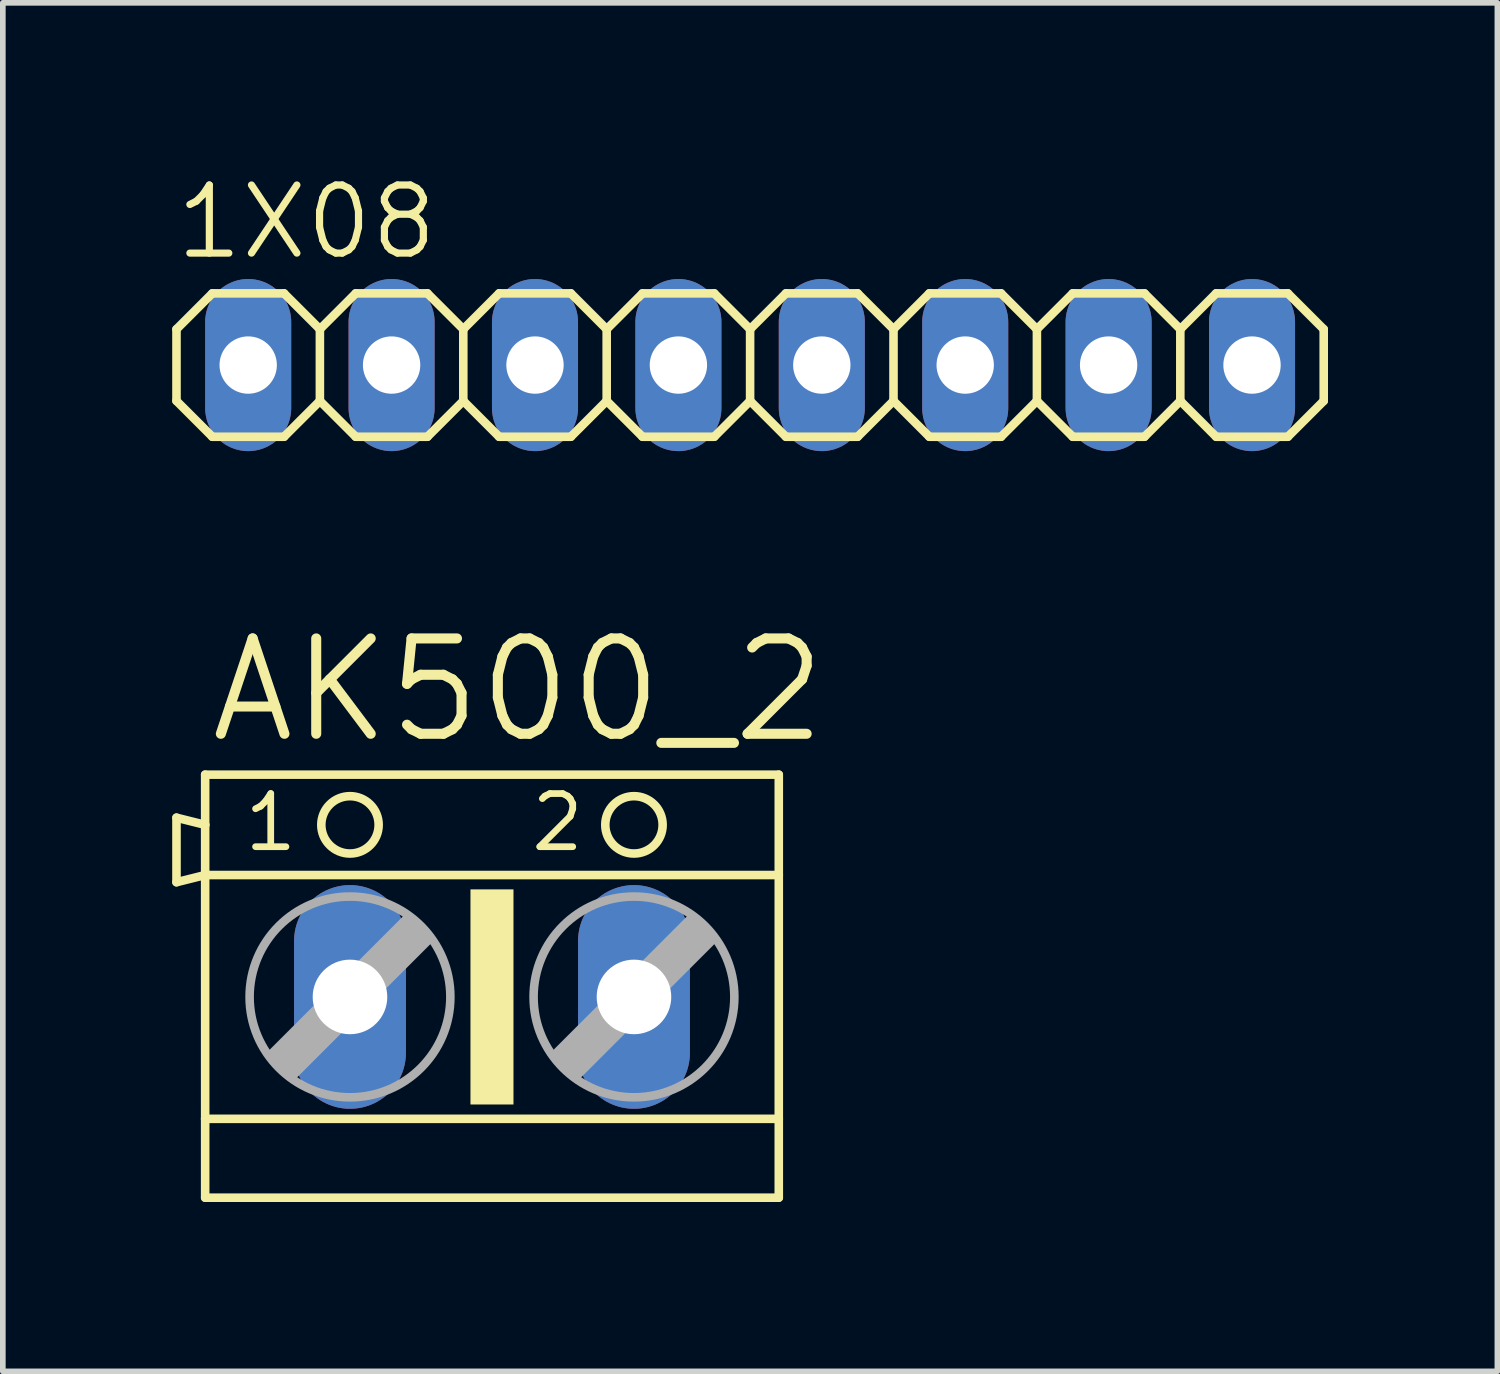
<source format=kicad_pcb>
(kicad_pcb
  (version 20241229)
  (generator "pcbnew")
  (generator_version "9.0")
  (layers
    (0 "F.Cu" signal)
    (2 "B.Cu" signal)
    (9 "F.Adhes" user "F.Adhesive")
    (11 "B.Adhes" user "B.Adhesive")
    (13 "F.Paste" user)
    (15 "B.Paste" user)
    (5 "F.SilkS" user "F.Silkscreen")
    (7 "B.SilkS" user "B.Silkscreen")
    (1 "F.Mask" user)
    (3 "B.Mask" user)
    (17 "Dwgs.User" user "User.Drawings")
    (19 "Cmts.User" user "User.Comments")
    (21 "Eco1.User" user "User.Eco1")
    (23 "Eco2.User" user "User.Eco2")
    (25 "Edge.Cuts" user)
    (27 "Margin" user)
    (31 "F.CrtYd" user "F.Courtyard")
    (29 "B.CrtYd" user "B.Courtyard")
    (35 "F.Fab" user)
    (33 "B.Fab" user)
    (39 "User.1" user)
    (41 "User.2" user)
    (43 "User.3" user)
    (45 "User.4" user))
  (footprint "AK500_2"
    (layer "F.Cu")
    (at 5.664 14.608)
    (property "Reference" "AK500_2" (at -5.08 -4.445 0) (layer "F.SilkS") (effects (font (size 1.689 1.689) (thickness 0.178)) (justify left bottom)))
    (attr through_hole)
    (fp_line (start -5.588 -3.175) (end -5.588 -2.032) (stroke (width 0.152) (type solid)) (layer "F.SilkS"))
    (fp_line (start -5.588 -2.032) (end -5.08 -2.159) (stroke (width 0.152) (type solid)) (layer "F.SilkS"))
    (fp_line (start -5.08 -3.048) (end -5.588 -3.175) (stroke (width 0.152) (type solid)) (layer "F.SilkS"))
    (fp_line (start -5.08 -3.048) (end -5.08 -3.937) (stroke (width 0.152) (type solid)) (layer "F.SilkS"))
    (fp_line (start -5.08 -2.159) (end -5.08 -3.048) (stroke (width 0.152) (type solid)) (layer "F.SilkS"))
    (fp_line (start -5.08 -2.159) (end 5.08 -2.159) (stroke (width 0.152) (type solid)) (layer "F.SilkS"))
    (fp_line (start -5.08 2.159) (end -5.08 -2.159) (stroke (width 0.152) (type solid)) (layer "F.SilkS"))
    (fp_line (start -5.08 2.159) (end 5.08 2.159) (stroke (width 0.152) (type solid)) (layer "F.SilkS"))
    (fp_line (start -5.08 3.556) (end -5.08 2.159) (stroke (width 0.152) (type solid)) (layer "F.SilkS"))
    (fp_line (start -5.08 3.556) (end 5.08 3.556) (stroke (width 0.152) (type solid)) (layer "F.SilkS"))
    (fp_line (start 5.08 -3.937) (end -5.08 -3.937) (stroke (width 0.152) (type solid)) (layer "F.SilkS"))
    (fp_line (start 5.08 -3.937) (end 5.08 -2.159) (stroke (width 0.152) (type solid)) (layer "F.SilkS"))
    (fp_line (start 5.08 -2.159) (end 5.08 2.159) (stroke (width 0.152) (type solid)) (layer "F.SilkS"))
    (fp_line (start 5.08 2.159) (end 5.08 3.556) (stroke (width 0.152) (type solid)) (layer "F.SilkS"))
    (fp_circle (center -2.515 -3.048) (end -2.007 -3.048) (stroke (width 0.152) (type solid)) (fill no) (layer "F.SilkS"))
    (fp_circle (center 2.515 -3.048) (end 3.023 -3.048) (stroke (width 0.152) (type solid)) (fill no) (layer "F.SilkS"))
    (fp_poly (pts (xy -0.381 1.905) (xy 0.381 1.905) (xy 0.381 -1.905) (xy -0.381 -1.905)) (stroke (width 0) (type solid)) (fill yes) (layer "F.SilkS"))
    (fp_line (start -3.912 1.016) (end -3.531 1.397) (stroke (width 0.152) (type solid)) (layer "F.Fab"))
    (fp_line (start -3.912 1.016) (end -1.499 -1.397) (stroke (width 0.152) (type solid)) (layer "F.Fab"))
    (fp_line (start -3.531 1.016) (end -1.499 -1.016) (stroke (width 0.61) (type solid)) (layer "F.Fab"))
    (fp_line (start -3.531 1.397) (end -1.118 -1.016) (stroke (width 0.152) (type solid)) (layer "F.Fab"))
    (fp_line (start -1.499 -1.397) (end -1.118 -1.016) (stroke (width 0.152) (type solid)) (layer "F.Fab"))
    (fp_line (start 1.118 1.016) (end 1.499 1.397) (stroke (width 0.152) (type solid)) (layer "F.Fab"))
    (fp_line (start 1.118 1.016) (end 3.531 -1.397) (stroke (width 0.152) (type solid)) (layer "F.Fab"))
    (fp_line (start 1.499 1.016) (end 3.531 -1.016) (stroke (width 0.61) (type solid)) (layer "F.Fab"))
    (fp_line (start 1.499 1.397) (end 3.912 -1.016) (stroke (width 0.152) (type solid)) (layer "F.Fab"))
    (fp_line (start 3.531 -1.397) (end 3.912 -1.016) (stroke (width 0.152) (type solid)) (layer "F.Fab"))
    (fp_circle (center -2.515 0) (end -0.737 0) (stroke (width 0.152) (type solid)) (fill no) (layer "F.Fab"))
    (fp_circle (center 2.515 0) (end 4.293 0) (stroke (width 0.152) (type solid)) (fill no) (layer "F.Fab"))
    (fp_text user "1" (at -4.445 -2.54 0) (layer "F.SilkS") (effects (font (size 0.941 0.941) (thickness 0.119)) (justify left bottom)))
    (fp_text user "2" (at 0.635 -2.54 0) (layer "F.SilkS") (effects (font (size 0.941 0.941) (thickness 0.119)) (justify left bottom)))
    (pad "1" thru_hole oval (at -2.515 0 90) (size 3.962 1.981) (drill 1.321) (layers "*.Cu" "*.Mask"))
    (pad "2" thru_hole oval (at 2.515 0 90) (size 3.962 1.981) (drill 1.321) (layers "*.Cu" "*.Mask")))
  (footprint "1X08"
    (layer "F.Cu")
    (at 10.236 3.416)
    (property "Reference" "1X08" (at -10.236 -1.829 0) (layer "F.SilkS") (effects (font (size 1.206 1.206) (thickness 0.127)) (justify left bottom)))
    (attr through_hole)
    (fp_line (start -10.16 -0.635) (end -10.16 0.635) (stroke (width 0.152) (type solid)) (layer "F.SilkS"))
    (fp_line (start -10.16 0.635) (end -9.525 1.27) (stroke (width 0.152) (type solid)) (layer "F.SilkS"))
    (fp_line (start -9.525 -1.27) (end -10.16 -0.635) (stroke (width 0.152) (type solid)) (layer "F.SilkS"))
    (fp_line (start -9.525 -1.27) (end -8.255 -1.27) (stroke (width 0.152) (type solid)) (layer "F.SilkS"))
    (fp_line (start -8.255 -1.27) (end -7.62 -0.635) (stroke (width 0.152) (type solid)) (layer "F.SilkS"))
    (fp_line (start -8.255 1.27) (end -9.525 1.27) (stroke (width 0.152) (type solid)) (layer "F.SilkS"))
    (fp_line (start -7.62 -0.635) (end -7.62 0.635) (stroke (width 0.152) (type solid)) (layer "F.SilkS"))
    (fp_line (start -7.62 -0.635) (end -6.985 -1.27) (stroke (width 0.152) (type solid)) (layer "F.SilkS"))
    (fp_line (start -7.62 0.635) (end -8.255 1.27) (stroke (width 0.152) (type solid)) (layer "F.SilkS"))
    (fp_line (start -6.985 -1.27) (end -5.715 -1.27) (stroke (width 0.152) (type solid)) (layer "F.SilkS"))
    (fp_line (start -6.985 1.27) (end -7.62 0.635) (stroke (width 0.152) (type solid)) (layer "F.SilkS"))
    (fp_line (start -5.715 -1.27) (end -5.08 -0.635) (stroke (width 0.152) (type solid)) (layer "F.SilkS"))
    (fp_line (start -5.715 1.27) (end -6.985 1.27) (stroke (width 0.152) (type solid)) (layer "F.SilkS"))
    (fp_line (start -5.08 -0.635) (end -5.08 0.635) (stroke (width 0.152) (type solid)) (layer "F.SilkS"))
    (fp_line (start -5.08 -0.635) (end -4.445 -1.27) (stroke (width 0.152) (type solid)) (layer "F.SilkS"))
    (fp_line (start -5.08 0.635) (end -5.715 1.27) (stroke (width 0.152) (type solid)) (layer "F.SilkS"))
    (fp_line (start -4.445 -1.27) (end -3.175 -1.27) (stroke (width 0.152) (type solid)) (layer "F.SilkS"))
    (fp_line (start -4.445 1.27) (end -5.08 0.635) (stroke (width 0.152) (type solid)) (layer "F.SilkS"))
    (fp_line (start -3.175 -1.27) (end -2.54 -0.635) (stroke (width 0.152) (type solid)) (layer "F.SilkS"))
    (fp_line (start -3.175 1.27) (end -4.445 1.27) (stroke (width 0.152) (type solid)) (layer "F.SilkS"))
    (fp_line (start -2.54 -0.635) (end -2.54 0.635) (stroke (width 0.152) (type solid)) (layer "F.SilkS"))
    (fp_line (start -2.54 0.635) (end -3.175 1.27) (stroke (width 0.152) (type solid)) (layer "F.SilkS"))
    (fp_line (start -2.54 0.635) (end -1.905 1.27) (stroke (width 0.152) (type solid)) (layer "F.SilkS"))
    (fp_line (start -1.905 -1.27) (end -2.54 -0.635) (stroke (width 0.152) (type solid)) (layer "F.SilkS"))
    (fp_line (start -1.905 -1.27) (end -0.635 -1.27) (stroke (width 0.152) (type solid)) (layer "F.SilkS"))
    (fp_line (start -0.635 -1.27) (end 0 -0.635) (stroke (width 0.152) (type solid)) (layer "F.SilkS"))
    (fp_line (start -0.635 1.27) (end -1.905 1.27) (stroke (width 0.152) (type solid)) (layer "F.SilkS"))
    (fp_line (start 0 -0.635) (end 0 0.635) (stroke (width 0.152) (type solid)) (layer "F.SilkS"))
    (fp_line (start 0 -0.635) (end 0.635 -1.27) (stroke (width 0.152) (type solid)) (layer "F.SilkS"))
    (fp_line (start 0 0.635) (end -0.635 1.27) (stroke (width 0.152) (type solid)) (layer "F.SilkS"))
    (fp_line (start 0.635 -1.27) (end 1.905 -1.27) (stroke (width 0.152) (type solid)) (layer "F.SilkS"))
    (fp_line (start 0.635 1.27) (end 0 0.635) (stroke (width 0.152) (type solid)) (layer "F.SilkS"))
    (fp_line (start 1.905 -1.27) (end 2.54 -0.635) (stroke (width 0.152) (type solid)) (layer "F.SilkS"))
    (fp_line (start 1.905 1.27) (end 0.635 1.27) (stroke (width 0.152) (type solid)) (layer "F.SilkS"))
    (fp_line (start 2.54 -0.635) (end 2.54 0.635) (stroke (width 0.152) (type solid)) (layer "F.SilkS"))
    (fp_line (start 2.54 -0.635) (end 3.175 -1.27) (stroke (width 0.152) (type solid)) (layer "F.SilkS"))
    (fp_line (start 2.54 0.635) (end 1.905 1.27) (stroke (width 0.152) (type solid)) (layer "F.SilkS"))
    (fp_line (start 3.175 -1.27) (end 4.445 -1.27) (stroke (width 0.152) (type solid)) (layer "F.SilkS"))
    (fp_line (start 3.175 1.27) (end 2.54 0.635) (stroke (width 0.152) (type solid)) (layer "F.SilkS"))
    (fp_line (start 4.445 -1.27) (end 5.08 -0.635) (stroke (width 0.152) (type solid)) (layer "F.SilkS"))
    (fp_line (start 4.445 1.27) (end 3.175 1.27) (stroke (width 0.152) (type solid)) (layer "F.SilkS"))
    (fp_line (start 5.08 -0.635) (end 5.08 0.635) (stroke (width 0.152) (type solid)) (layer "F.SilkS"))
    (fp_line (start 5.08 0.635) (end 4.445 1.27) (stroke (width 0.152) (type solid)) (layer "F.SilkS"))
    (fp_line (start 5.08 0.635) (end 5.715 1.27) (stroke (width 0.152) (type solid)) (layer "F.SilkS"))
    (fp_line (start 5.715 -1.27) (end 5.08 -0.635) (stroke (width 0.152) (type solid)) (layer "F.SilkS"))
    (fp_line (start 5.715 -1.27) (end 6.985 -1.27) (stroke (width 0.152) (type solid)) (layer "F.SilkS"))
    (fp_line (start 6.985 -1.27) (end 7.62 -0.635) (stroke (width 0.152) (type solid)) (layer "F.SilkS"))
    (fp_line (start 6.985 1.27) (end 5.715 1.27) (stroke (width 0.152) (type solid)) (layer "F.SilkS"))
    (fp_line (start 7.62 -0.635) (end 7.62 0.635) (stroke (width 0.152) (type solid)) (layer "F.SilkS"))
    (fp_line (start 7.62 0.635) (end 6.985 1.27) (stroke (width 0.152) (type solid)) (layer "F.SilkS"))
    (fp_line (start 7.62 0.635) (end 8.255 1.27) (stroke (width 0.152) (type solid)) (layer "F.SilkS"))
    (fp_line (start 8.255 -1.27) (end 7.62 -0.635) (stroke (width 0.152) (type solid)) (layer "F.SilkS"))
    (fp_line (start 8.255 -1.27) (end 9.525 -1.27) (stroke (width 0.152) (type solid)) (layer "F.SilkS"))
    (fp_line (start 9.525 -1.27) (end 10.16 -0.635) (stroke (width 0.152) (type solid)) (layer "F.SilkS"))
    (fp_line (start 9.525 1.27) (end 8.255 1.27) (stroke (width 0.152) (type solid)) (layer "F.SilkS"))
    (fp_line (start 10.16 -0.635) (end 10.16 0.635) (stroke (width 0.152) (type solid)) (layer "F.SilkS"))
    (fp_line (start 10.16 0.635) (end 9.525 1.27) (stroke (width 0.152) (type solid)) (layer "F.SilkS"))
    (fp_poly (pts (xy -9.144 0.254) (xy -8.636 0.254) (xy -8.636 -0.254) (xy -9.144 -0.254)) (stroke (width 0.1) (type solid)) (fill no) (layer "F.Fab"))
    (fp_poly (pts (xy -6.604 0.254) (xy -6.096 0.254) (xy -6.096 -0.254) (xy -6.604 -0.254)) (stroke (width 0.1) (type solid)) (fill no) (layer "F.Fab"))
    (fp_poly (pts (xy -4.064 0.254) (xy -3.556 0.254) (xy -3.556 -0.254) (xy -4.064 -0.254)) (stroke (width 0.1) (type solid)) (fill no) (layer "F.Fab"))
    (fp_poly (pts (xy -1.524 0.254) (xy -1.016 0.254) (xy -1.016 -0.254) (xy -1.524 -0.254)) (stroke (width 0.1) (type solid)) (fill no) (layer "F.Fab"))
    (fp_poly (pts (xy 1.016 0.254) (xy 1.524 0.254) (xy 1.524 -0.254) (xy 1.016 -0.254)) (stroke (width 0.1) (type solid)) (fill no) (layer "F.Fab"))
    (fp_poly (pts (xy 3.556 0.254) (xy 4.064 0.254) (xy 4.064 -0.254) (xy 3.556 -0.254)) (stroke (width 0.1) (type solid)) (fill no) (layer "F.Fab"))
    (fp_poly (pts (xy 6.096 0.254) (xy 6.604 0.254) (xy 6.604 -0.254) (xy 6.096 -0.254)) (stroke (width 0.1) (type solid)) (fill no) (layer "F.Fab"))
    (fp_poly (pts (xy 8.636 0.254) (xy 9.144 0.254) (xy 9.144 -0.254) (xy 8.636 -0.254)) (stroke (width 0.1) (type solid)) (fill no) (layer "F.Fab"))
    (pad "1" thru_hole oval (at -8.89 0 90) (size 3.048 1.524) (drill 1.016) (layers "*.Cu" "*.Mask"))
    (pad "2" thru_hole oval (at -6.35 0 90) (size 3.048 1.524) (drill 1.016) (layers "*.Cu" "*.Mask"))
    (pad "3" thru_hole oval (at -3.81 0 90) (size 3.048 1.524) (drill 1.016) (layers "*.Cu" "*.Mask"))
    (pad "4" thru_hole oval (at -1.27 0 90) (size 3.048 1.524) (drill 1.016) (layers "*.Cu" "*.Mask"))
    (pad "5" thru_hole oval (at 1.27 0 90) (size 3.048 1.524) (drill 1.016) (layers "*.Cu" "*.Mask"))
    (pad "6" thru_hole oval (at 3.81 0 90) (size 3.048 1.524) (drill 1.016) (layers "*.Cu" "*.Mask"))
    (pad "7" thru_hole oval (at 6.35 0 90) (size 3.048 1.524) (drill 1.016) (layers "*.Cu" "*.Mask"))
    (pad "8" thru_hole oval (at 8.89 0 90) (size 3.048 1.524) (drill 1.016) (layers "*.Cu" "*.Mask")))
  (gr_rect
    (start -3 -3)
    (end 23.472 21.24)
    (stroke (width 0.1) (type default))
    (fill no)
    (layer "Edge.Cuts")))
</source>
